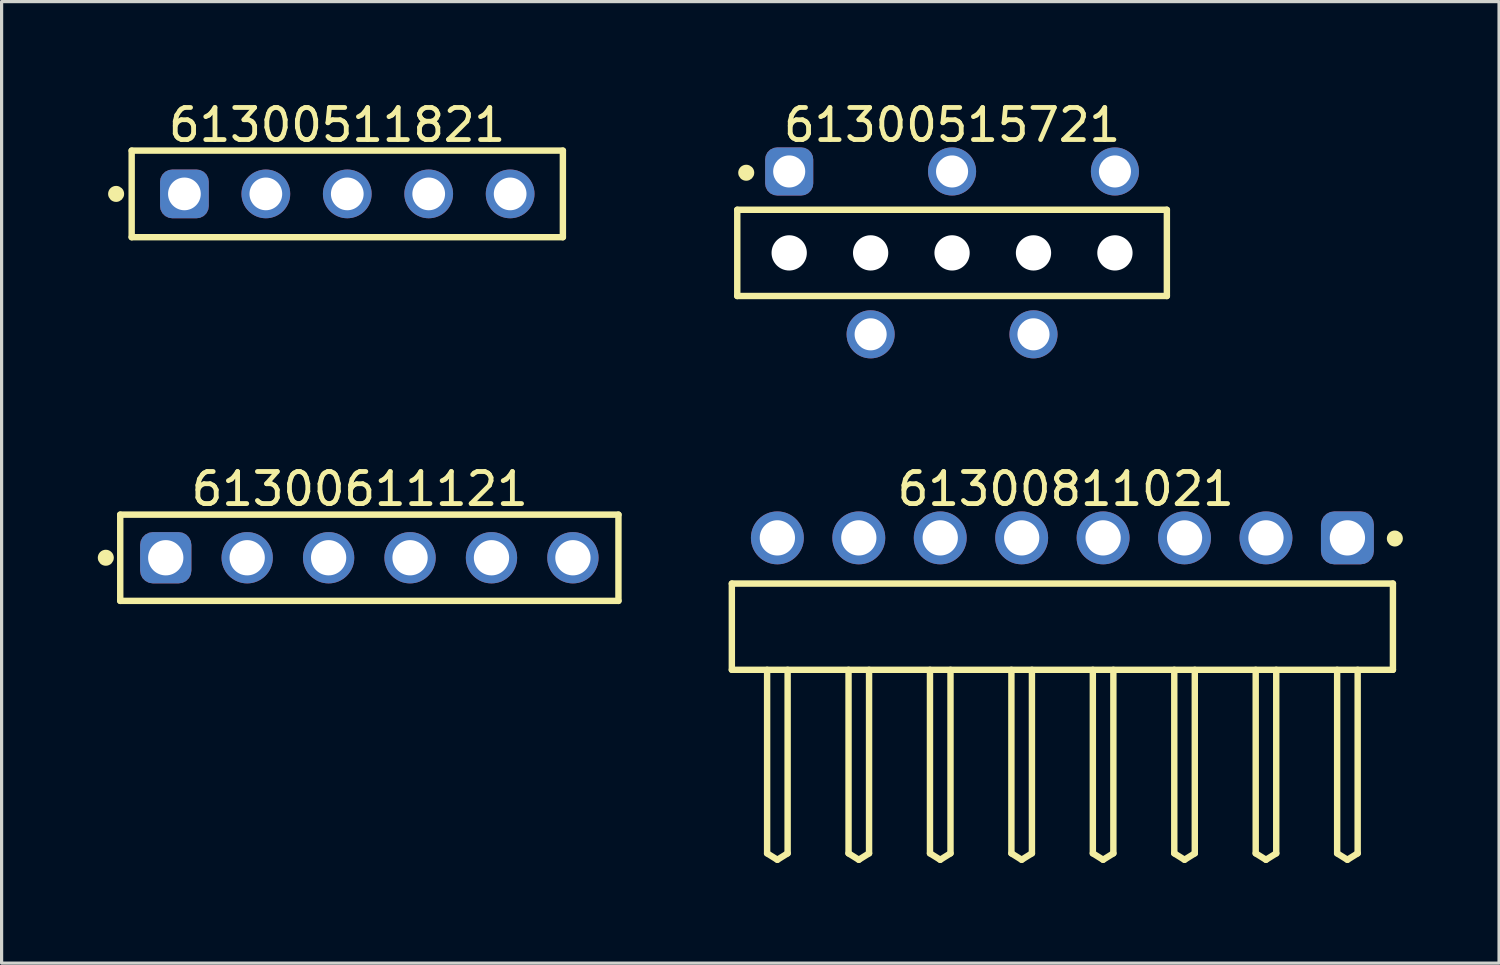
<source format=kicad_pcb>
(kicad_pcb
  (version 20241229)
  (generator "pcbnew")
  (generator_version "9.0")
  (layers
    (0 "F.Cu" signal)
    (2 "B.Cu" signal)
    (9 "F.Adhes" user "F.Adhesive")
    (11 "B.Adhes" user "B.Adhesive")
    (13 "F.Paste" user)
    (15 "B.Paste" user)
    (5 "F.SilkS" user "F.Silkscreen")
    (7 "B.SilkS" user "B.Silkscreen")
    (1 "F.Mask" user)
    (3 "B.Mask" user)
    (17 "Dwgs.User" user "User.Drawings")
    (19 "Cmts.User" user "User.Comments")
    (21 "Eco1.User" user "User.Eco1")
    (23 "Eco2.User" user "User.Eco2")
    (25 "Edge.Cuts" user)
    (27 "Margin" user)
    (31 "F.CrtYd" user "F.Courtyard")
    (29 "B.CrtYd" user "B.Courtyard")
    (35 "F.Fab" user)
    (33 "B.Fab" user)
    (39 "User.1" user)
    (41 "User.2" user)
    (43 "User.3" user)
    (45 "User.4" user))
  (footprint "61300811021"
    (layer "F.Cu")
    (at 30.087 16.497)
    (property "Reference" "61300811021" (at 0.105 -4.295 0) (layer "F.SilkS") (effects (font (size 1 1) (thickness 0.15))))
    (fp_line (start -10.31 -1.345) (end 10.31 -1.345) (stroke (width 0.2) (type solid)) (layer "F.SilkS"))
    (fp_line (start -10.31 1.345) (end -10.31 -1.345) (stroke (width 0.2) (type solid)) (layer "F.SilkS"))
    (fp_line (start -10.31 1.345) (end 10.31 1.345) (stroke (width 0.2) (type solid)) (layer "F.SilkS"))
    (fp_line (start -9.21 7.07) (end -9.21 1.345) (stroke (width 0.2) (type solid)) (layer "F.SilkS"))
    (fp_line (start -9.21 7.07) (end -8.89 7.27) (stroke (width 0.2) (type solid)) (layer "F.SilkS"))
    (fp_line (start -8.89 7.27) (end -8.57 7.07) (stroke (width 0.2) (type solid)) (layer "F.SilkS"))
    (fp_line (start -8.57 7.07) (end -8.57 1.345) (stroke (width 0.2) (type solid)) (layer "F.SilkS"))
    (fp_line (start -6.67 7.07) (end -6.67 1.345) (stroke (width 0.2) (type solid)) (layer "F.SilkS"))
    (fp_line (start -6.67 7.07) (end -6.35 7.27) (stroke (width 0.2) (type solid)) (layer "F.SilkS"))
    (fp_line (start -6.35 7.27) (end -6.03 7.07) (stroke (width 0.2) (type solid)) (layer "F.SilkS"))
    (fp_line (start -6.03 7.07) (end -6.03 1.345) (stroke (width 0.2) (type solid)) (layer "F.SilkS"))
    (fp_line (start -4.13 7.07) (end -4.13 1.345) (stroke (width 0.2) (type solid)) (layer "F.SilkS"))
    (fp_line (start -4.13 7.07) (end -3.81 7.27) (stroke (width 0.2) (type solid)) (layer "F.SilkS"))
    (fp_line (start -3.81 7.27) (end -3.49 7.07) (stroke (width 0.2) (type solid)) (layer "F.SilkS"))
    (fp_line (start -3.49 7.07) (end -3.49 1.345) (stroke (width 0.2) (type solid)) (layer "F.SilkS"))
    (fp_line (start -1.59 7.07) (end -1.59 1.345) (stroke (width 0.2) (type solid)) (layer "F.SilkS"))
    (fp_line (start -1.59 7.07) (end -1.27 7.27) (stroke (width 0.2) (type solid)) (layer "F.SilkS"))
    (fp_line (start -1.27 7.27) (end -0.95 7.07) (stroke (width 0.2) (type solid)) (layer "F.SilkS"))
    (fp_line (start -0.95 7.07) (end -0.95 1.345) (stroke (width 0.2) (type solid)) (layer "F.SilkS"))
    (fp_line (start 0.95 7.07) (end 0.95 1.345) (stroke (width 0.2) (type solid)) (layer "F.SilkS"))
    (fp_line (start 0.95 7.07) (end 1.27 7.27) (stroke (width 0.2) (type solid)) (layer "F.SilkS"))
    (fp_line (start 1.27 7.27) (end 1.59 7.07) (stroke (width 0.2) (type solid)) (layer "F.SilkS"))
    (fp_line (start 1.59 7.07) (end 1.59 1.345) (stroke (width 0.2) (type solid)) (layer "F.SilkS"))
    (fp_line (start 3.49 7.07) (end 3.49 1.345) (stroke (width 0.2) (type solid)) (layer "F.SilkS"))
    (fp_line (start 3.49 7.07) (end 3.81 7.27) (stroke (width 0.2) (type solid)) (layer "F.SilkS"))
    (fp_line (start 3.81 7.27) (end 4.13 7.07) (stroke (width 0.2) (type solid)) (layer "F.SilkS"))
    (fp_line (start 4.13 7.07) (end 4.13 1.345) (stroke (width 0.2) (type solid)) (layer "F.SilkS"))
    (fp_line (start 6.03 7.07) (end 6.03 1.345) (stroke (width 0.2) (type solid)) (layer "F.SilkS"))
    (fp_line (start 6.03 7.07) (end 6.35 7.27) (stroke (width 0.2) (type solid)) (layer "F.SilkS"))
    (fp_line (start 6.35 7.27) (end 6.67 7.07) (stroke (width 0.2) (type solid)) (layer "F.SilkS"))
    (fp_line (start 6.67 7.07) (end 6.67 1.345) (stroke (width 0.2) (type solid)) (layer "F.SilkS"))
    (fp_line (start 8.57 7.07) (end 8.57 1.345) (stroke (width 0.2) (type solid)) (layer "F.SilkS"))
    (fp_line (start 8.57 7.07) (end 8.89 7.27) (stroke (width 0.2) (type solid)) (layer "F.SilkS"))
    (fp_line (start 8.89 7.27) (end 9.21 7.07) (stroke (width 0.2) (type solid)) (layer "F.SilkS"))
    (fp_line (start 9.21 7.07) (end 9.21 1.345) (stroke (width 0.2) (type solid)) (layer "F.SilkS"))
    (fp_line (start 10.31 1.345) (end 10.31 -1.345) (stroke (width 0.2) (type solid)) (layer "F.SilkS"))
    (fp_circle (center 10.37 -2.75) (end 10.37 -2.875) (stroke (width 0.25) (type solid)) (fill no) (layer "F.SilkS"))
    (fp_line (start -10.51 -3.795) (end 10.51 -3.795) (stroke (width 0.05) (type solid)) (layer "Eco2.User"))
    (fp_line (start -10.51 7.47) (end -10.51 -3.795) (stroke (width 0.05) (type solid)) (layer "Eco2.User"))
    (fp_line (start -10.51 7.47) (end 10.51 7.47) (stroke (width 0.05) (type solid)) (layer "Eco2.User"))
    (fp_line (start -10.16 -1.27) (end 10.16 -1.27) (stroke (width 0.1) (type solid)) (layer "Eco2.User"))
    (fp_line (start -10.16 1.27) (end -10.16 -1.27) (stroke (width 0.1) (type solid)) (layer "Eco2.User"))
    (fp_line (start -10.16 1.27) (end 10.16 1.27) (stroke (width 0.1) (type solid)) (layer "Eco2.User"))
    (fp_line (start -9.21 -3.09) (end -8.57 -3.09) (stroke (width 0.1) (type solid)) (layer "Eco2.User"))
    (fp_line (start -9.21 -1.27) (end -9.21 -3.09) (stroke (width 0.1) (type solid)) (layer "Eco2.User"))
    (fp_line (start -9.21 7.07) (end -9.21 1.27) (stroke (width 0.1) (type solid)) (layer "Eco2.User"))
    (fp_line (start -9.21 7.07) (end -8.89 7.27) (stroke (width 0.1) (type solid)) (layer "Eco2.User"))
    (fp_line (start -8.89 7.27) (end -8.57 7.07) (stroke (width 0.1) (type solid)) (layer "Eco2.User"))
    (fp_line (start -8.57 -1.27) (end -8.57 -3.09) (stroke (width 0.1) (type solid)) (layer "Eco2.User"))
    (fp_line (start -8.57 7.07) (end -8.57 1.27) (stroke (width 0.1) (type solid)) (layer "Eco2.User"))
    (fp_line (start -6.67 -3.09) (end -6.03 -3.09) (stroke (width 0.1) (type solid)) (layer "Eco2.User"))
    (fp_line (start -6.67 -1.27) (end -6.67 -3.09) (stroke (width 0.1) (type solid)) (layer "Eco2.User"))
    (fp_line (start -6.67 7.07) (end -6.67 1.27) (stroke (width 0.1) (type solid)) (layer "Eco2.User"))
    (fp_line (start -6.67 7.07) (end -6.35 7.27) (stroke (width 0.1) (type solid)) (layer "Eco2.User"))
    (fp_line (start -6.35 7.27) (end -6.03 7.07) (stroke (width 0.1) (type solid)) (layer "Eco2.User"))
    (fp_line (start -6.03 -1.27) (end -6.03 -3.09) (stroke (width 0.1) (type solid)) (layer "Eco2.User"))
    (fp_line (start -6.03 7.07) (end -6.03 1.27) (stroke (width 0.1) (type solid)) (layer "Eco2.User"))
    (fp_line (start -4.13 -3.09) (end -3.49 -3.09) (stroke (width 0.1) (type solid)) (layer "Eco2.User"))
    (fp_line (start -4.13 -1.27) (end -4.13 -3.09) (stroke (width 0.1) (type solid)) (layer "Eco2.User"))
    (fp_line (start -4.13 7.07) (end -4.13 1.27) (stroke (width 0.1) (type solid)) (layer "Eco2.User"))
    (fp_line (start -4.13 7.07) (end -3.81 7.27) (stroke (width 0.1) (type solid)) (layer "Eco2.User"))
    (fp_line (start -3.81 7.27) (end -3.49 7.07) (stroke (width 0.1) (type solid)) (layer "Eco2.User"))
    (fp_line (start -3.49 -1.27) (end -3.49 -3.09) (stroke (width 0.1) (type solid)) (layer "Eco2.User"))
    (fp_line (start -3.49 7.07) (end -3.49 1.27) (stroke (width 0.1) (type solid)) (layer "Eco2.User"))
    (fp_line (start -1.59 -3.09) (end -0.95 -3.09) (stroke (width 0.1) (type solid)) (layer "Eco2.User"))
    (fp_line (start -1.59 -1.27) (end -1.59 -3.09) (stroke (width 0.1) (type solid)) (layer "Eco2.User"))
    (fp_line (start -1.59 7.07) (end -1.59 1.27) (stroke (width 0.1) (type solid)) (layer "Eco2.User"))
    (fp_line (start -1.59 7.07) (end -1.27 7.27) (stroke (width 0.1) (type solid)) (layer "Eco2.User"))
    (fp_line (start -1.27 7.27) (end -0.95 7.07) (stroke (width 0.1) (type solid)) (layer "Eco2.User"))
    (fp_line (start -0.95 -1.27) (end -0.95 -3.09) (stroke (width 0.1) (type solid)) (layer "Eco2.User"))
    (fp_line (start -0.95 7.07) (end -0.95 1.27) (stroke (width 0.1) (type solid)) (layer "Eco2.User"))
    (fp_line (start -0.5 0) (end 0.5 0) (stroke (width 0.05) (type solid)) (layer "Eco2.User"))
    (fp_line (start 0 0.5) (end 0 -0.5) (stroke (width 0.05) (type solid)) (layer "Eco2.User"))
    (fp_line (start 0.95 -3.09) (end 1.59 -3.09) (stroke (width 0.1) (type solid)) (layer "Eco2.User"))
    (fp_line (start 0.95 -1.27) (end 0.95 -3.09) (stroke (width 0.1) (type solid)) (layer "Eco2.User"))
    (fp_line (start 0.95 7.07) (end 0.95 1.27) (stroke (width 0.1) (type solid)) (layer "Eco2.User"))
    (fp_line (start 0.95 7.07) (end 1.27 7.27) (stroke (width 0.1) (type solid)) (layer "Eco2.User"))
    (fp_line (start 1.27 7.27) (end 1.59 7.07) (stroke (width 0.1) (type solid)) (layer "Eco2.User"))
    (fp_line (start 1.59 -1.27) (end 1.59 -3.09) (stroke (width 0.1) (type solid)) (layer "Eco2.User"))
    (fp_line (start 1.59 7.07) (end 1.59 1.27) (stroke (width 0.1) (type solid)) (layer "Eco2.User"))
    (fp_line (start 3.49 -3.09) (end 4.13 -3.09) (stroke (width 0.1) (type solid)) (layer "Eco2.User"))
    (fp_line (start 3.49 -1.27) (end 3.49 -3.09) (stroke (width 0.1) (type solid)) (layer "Eco2.User"))
    (fp_line (start 3.49 7.07) (end 3.49 1.27) (stroke (width 0.1) (type solid)) (layer "Eco2.User"))
    (fp_line (start 3.49 7.07) (end 3.81 7.27) (stroke (width 0.1) (type solid)) (layer "Eco2.User"))
    (fp_line (start 3.81 7.27) (end 4.13 7.07) (stroke (width 0.1) (type solid)) (layer "Eco2.User"))
    (fp_line (start 4.13 -1.27) (end 4.13 -3.09) (stroke (width 0.1) (type solid)) (layer "Eco2.User"))
    (fp_line (start 4.13 7.07) (end 4.13 1.27) (stroke (width 0.1) (type solid)) (layer "Eco2.User"))
    (fp_line (start 6.03 -3.09) (end 6.67 -3.09) (stroke (width 0.1) (type solid)) (layer "Eco2.User"))
    (fp_line (start 6.03 -1.27) (end 6.03 -3.09) (stroke (width 0.1) (type solid)) (layer "Eco2.User"))
    (fp_line (start 6.03 7.07) (end 6.03 1.27) (stroke (width 0.1) (type solid)) (layer "Eco2.User"))
    (fp_line (start 6.03 7.07) (end 6.35 7.27) (stroke (width 0.1) (type solid)) (layer "Eco2.User"))
    (fp_line (start 6.35 7.27) (end 6.67 7.07) (stroke (width 0.1) (type solid)) (layer "Eco2.User"))
    (fp_line (start 6.67 -1.27) (end 6.67 -3.09) (stroke (width 0.1) (type solid)) (layer "Eco2.User"))
    (fp_line (start 6.67 7.07) (end 6.67 1.27) (stroke (width 0.1) (type solid)) (layer "Eco2.User"))
    (fp_line (start 8.57 -3.09) (end 9.21 -3.09) (stroke (width 0.1) (type solid)) (layer "Eco2.User"))
    (fp_line (start 8.57 -1.27) (end 8.57 -3.09) (stroke (width 0.1) (type solid)) (layer "Eco2.User"))
    (fp_line (start 8.57 7.07) (end 8.57 1.27) (stroke (width 0.1) (type solid)) (layer "Eco2.User"))
    (fp_line (start 8.57 7.07) (end 8.89 7.27) (stroke (width 0.1) (type solid)) (layer "Eco2.User"))
    (fp_line (start 8.89 7.27) (end 9.21 7.07) (stroke (width 0.1) (type solid)) (layer "Eco2.User"))
    (fp_line (start 9.21 -1.27) (end 9.21 -3.09) (stroke (width 0.1) (type solid)) (layer "Eco2.User"))
    (fp_line (start 9.21 7.07) (end 9.21 1.27) (stroke (width 0.1) (type solid)) (layer "Eco2.User"))
    (fp_line (start 10.16 1.27) (end 10.16 -1.27) (stroke (width 0.1) (type solid)) (layer "Eco2.User"))
    (fp_line (start 10.51 7.47) (end 10.51 -3.795) (stroke (width 0.05) (type solid)) (layer "Eco2.User"))
    (fp_text user "${REFERENCE}" (at 0.15 -0.197 0) (unlocked yes) (layer "User.3") (effects (font (size 1.5 1.5) (thickness 0.15))))
    (pad "1" thru_hole roundrect (at 8.89 -2.77) (size 1.65 1.65) (drill 1.1) (layers "*.Cu" "*.Mask") (roundrect_rratio 0.25))
    (pad "2" thru_hole circle (at 6.35 -2.77) (size 1.65 1.65) (drill 1.1) (layers "*.Cu" "*.Mask"))
    (pad "3" thru_hole circle (at 3.81 -2.77) (size 1.65 1.65) (drill 1.1) (layers "*.Cu" "*.Mask"))
    (pad "4" thru_hole circle (at 1.27 -2.77) (size 1.65 1.65) (drill 1.1) (layers "*.Cu" "*.Mask"))
    (pad "5" thru_hole circle (at -1.27 -2.77) (size 1.65 1.65) (drill 1.1) (layers "*.Cu" "*.Mask"))
    (pad "6" thru_hole circle (at -3.81 -2.77) (size 1.65 1.65) (drill 1.1) (layers "*.Cu" "*.Mask"))
    (pad "7" thru_hole circle (at -6.35 -2.77) (size 1.65 1.65) (drill 1.1) (layers "*.Cu" "*.Mask"))
    (pad "8" thru_hole circle (at -8.89 -2.77) (size 1.65 1.65) (drill 1.1) (layers "*.Cu" "*.Mask")))
  (footprint "61300515721"
    (layer "F.Cu")
    (at 26.646 4.838)
    (property "Reference" "61300515721" (at 0 -3.99 0) (layer "F.SilkS") (effects (font (size 1 1) (thickness 0.15))))
    (fp_line (start -6.7 -1.345) (end 6.7 -1.345) (stroke (width 0.2) (type solid)) (layer "F.SilkS"))
    (fp_line (start -6.7 1.345) (end -6.7 -1.345) (stroke (width 0.2) (type solid)) (layer "F.SilkS"))
    (fp_line (start -6.7 1.345) (end 6.7 1.345) (stroke (width 0.2) (type solid)) (layer "F.SilkS"))
    (fp_line (start 6.7 1.345) (end 6.7 -1.345) (stroke (width 0.2) (type solid)) (layer "F.SilkS"))
    (fp_circle (center -6.42 -2.5) (end -6.42 -2.625) (stroke (width 0.25) (type solid)) (fill no) (layer "F.SilkS"))
    (fp_line (start -6.9 -3.49) (end 6.9 -3.49) (stroke (width 0.05) (type solid)) (layer "Eco2.User"))
    (fp_line (start -6.9 3.49) (end -6.9 -3.49) (stroke (width 0.05) (type solid)) (layer "Eco2.User"))
    (fp_line (start -6.9 3.49) (end 6.9 3.49) (stroke (width 0.05) (type solid)) (layer "Eco2.User"))
    (fp_line (start -6.6 -1.27) (end 6.6 -1.27) (stroke (width 0.1) (type solid)) (layer "Eco2.User"))
    (fp_line (start -6.6 1.27) (end -6.6 -1.27) (stroke (width 0.1) (type solid)) (layer "Eco2.User"))
    (fp_line (start -6.6 1.27) (end 6.6 1.27) (stroke (width 0.1) (type solid)) (layer "Eco2.User"))
    (fp_line (start -5.48 -2.665) (end -4.68 -2.665) (stroke (width 0.1) (type solid)) (layer "Eco2.User"))
    (fp_line (start -5.48 -1.27) (end -5.48 -2.665) (stroke (width 0.1) (type solid)) (layer "Eco2.User"))
    (fp_line (start -4.68 -1.27) (end -4.68 -2.665) (stroke (width 0.1) (type solid)) (layer "Eco2.User"))
    (fp_line (start -2.94 2.665) (end -2.94 1.27) (stroke (width 0.1) (type solid)) (layer "Eco2.User"))
    (fp_line (start -2.94 2.665) (end -2.14 2.665) (stroke (width 0.1) (type solid)) (layer "Eco2.User"))
    (fp_line (start -2.14 2.665) (end -2.14 1.27) (stroke (width 0.1) (type solid)) (layer "Eco2.User"))
    (fp_line (start -0.5 0) (end 0.5 0) (stroke (width 0.05) (type solid)) (layer "Eco2.User"))
    (fp_line (start -0.4 -2.665) (end 0.4 -2.665) (stroke (width 0.1) (type solid)) (layer "Eco2.User"))
    (fp_line (start -0.4 -1.27) (end -0.4 -2.665) (stroke (width 0.1) (type solid)) (layer "Eco2.User"))
    (fp_line (start 0 0.5) (end 0 -0.5) (stroke (width 0.05) (type solid)) (layer "Eco2.User"))
    (fp_line (start 0.4 -1.27) (end 0.4 -2.665) (stroke (width 0.1) (type solid)) (layer "Eco2.User"))
    (fp_line (start 2.14 2.665) (end 2.14 1.27) (stroke (width 0.1) (type solid)) (layer "Eco2.User"))
    (fp_line (start 2.14 2.665) (end 2.94 2.665) (stroke (width 0.1) (type solid)) (layer "Eco2.User"))
    (fp_line (start 2.94 2.665) (end 2.94 1.27) (stroke (width 0.1) (type solid)) (layer "Eco2.User"))
    (fp_line (start 4.68 -2.665) (end 5.48 -2.665) (stroke (width 0.1) (type solid)) (layer "Eco2.User"))
    (fp_line (start 4.68 -1.27) (end 4.68 -2.665) (stroke (width 0.1) (type solid)) (layer "Eco2.User"))
    (fp_line (start 5.48 -1.27) (end 5.48 -2.665) (stroke (width 0.1) (type solid)) (layer "Eco2.User"))
    (fp_line (start 6.6 1.27) (end 6.6 -1.27) (stroke (width 0.1) (type solid)) (layer "Eco2.User"))
    (fp_line (start 6.9 3.49) (end 6.9 -3.49) (stroke (width 0.05) (type solid)) (layer "Eco2.User"))
    (fp_text user "${REFERENCE}" (at 0.15 -0.197 0) (unlocked yes) (layer "User.3") (effects (font (size 1.5 1.5) (thickness 0.15))))
    (pad "" np_thru_hole circle (at -5.08 0 180) (size 1.1 1.1) (drill 1.1) (layers "*.Cu" "*.Mask"))
    (pad "" np_thru_hole circle (at -2.54 0 180) (size 1.1 1.1) (drill 1.1) (layers "*.Cu" "*.Mask"))
    (pad "" np_thru_hole circle (at 0 0 180) (size 1.1 1.1) (drill 1.1) (layers "*.Cu" "*.Mask"))
    (pad "" np_thru_hole circle (at 2.54 0 180) (size 1.1 1.1) (drill 1.1) (layers "*.Cu" "*.Mask"))
    (pad "" np_thru_hole circle (at 5.08 0 180) (size 1.1 1.1) (drill 1.1) (layers "*.Cu" "*.Mask"))
    (pad "1" thru_hole roundrect (at -5.08 -2.54 180) (size 1.5 1.5) (drill 1) (layers "*.Cu" "*.Mask") (roundrect_rratio 0.25))
    (pad "2" thru_hole circle (at -2.54 2.54 180) (size 1.5 1.5) (drill 1) (layers "*.Cu" "*.Mask"))
    (pad "3" thru_hole circle (at 0 -2.54 180) (size 1.5 1.5) (drill 1) (layers "*.Cu" "*.Mask"))
    (pad "4" thru_hole circle (at 2.54 2.54 180) (size 1.5 1.5) (drill 1) (layers "*.Cu" "*.Mask"))
    (pad "5" thru_hole circle (at 5.08 -2.54 180) (size 1.5 1.5) (drill 1) (layers "*.Cu" "*.Mask")))
  (footprint "61300511821"
    (layer "F.Cu")
    (at 7.782 2.998)
    (property "Reference" "61300511821" (at -0.318 -2.15 0) (layer "F.SilkS") (effects (font (size 1 1) (thickness 0.15))))
    (fp_line (start -6.725 -1.35) (end 6.725 -1.35) (stroke (width 0.2) (type solid)) (layer "F.SilkS"))
    (fp_line (start -6.725 1.35) (end -6.725 -1.35) (stroke (width 0.2) (type solid)) (layer "F.SilkS"))
    (fp_line (start -6.725 1.35) (end 6.725 1.35) (stroke (width 0.2) (type solid)) (layer "F.SilkS"))
    (fp_line (start 6.725 1.35) (end 6.725 -1.35) (stroke (width 0.2) (type solid)) (layer "F.SilkS"))
    (fp_circle (center -7.21 0) (end -7.21 -0.125) (stroke (width 0.25) (type solid)) (fill no) (layer "F.SilkS"))
    (fp_line (start -6.925 -1.55) (end 6.925 -1.55) (stroke (width 0.05) (type solid)) (layer "Eco2.User"))
    (fp_line (start -6.925 1.55) (end -6.925 -1.55) (stroke (width 0.05) (type solid)) (layer "Eco2.User"))
    (fp_line (start -6.925 1.55) (end 6.925 1.55) (stroke (width 0.05) (type solid)) (layer "Eco2.User"))
    (fp_line (start -6.6 -1.25) (end 6.6 -1.25) (stroke (width 0.1) (type solid)) (layer "Eco2.User"))
    (fp_line (start -6.6 1.25) (end -6.6 -1.25) (stroke (width 0.1) (type solid)) (layer "Eco2.User"))
    (fp_line (start -6.6 1.25) (end 6.6 1.25) (stroke (width 0.1) (type solid)) (layer "Eco2.User"))
    (fp_line (start -0.5 0) (end 0.5 0) (stroke (width 0.05) (type solid)) (layer "Eco2.User"))
    (fp_line (start 0 0.5) (end 0 -0.5) (stroke (width 0.05) (type solid)) (layer "Eco2.User"))
    (fp_line (start 6.6 1.25) (end 6.6 -1.25) (stroke (width 0.1) (type solid)) (layer "Eco2.User"))
    (fp_line (start 6.925 1.55) (end 6.925 -1.55) (stroke (width 0.05) (type solid)) (layer "Eco2.User"))
    (fp_text user "${REFERENCE}" (at 0.15 -0.197 0) (unlocked yes) (layer "User.3") (effects (font (size 1.5 1.5) (thickness 0.15))))
    (pad "1" thru_hole roundrect (at -5.08 0) (size 1.52 1.52) (drill 1.02) (layers "*.Cu" "*.Mask") (roundrect_rratio 0.25))
    (pad "2" thru_hole circle (at -2.54 0) (size 1.52 1.52) (drill 1.02) (layers "*.Cu" "*.Mask"))
    (pad "3" thru_hole circle (at 0 0) (size 1.52 1.52) (drill 1.02) (layers "*.Cu" "*.Mask"))
    (pad "4" thru_hole circle (at 2.54 0) (size 1.52 1.52) (drill 1.02) (layers "*.Cu" "*.Mask"))
    (pad "5" thru_hole circle (at 5.08 0) (size 1.52 1.52) (drill 1.02) (layers "*.Cu" "*.Mask")))
  (footprint "61300611121"
    (layer "F.Cu")
    (at 8.47 14.347)
    (property "Reference" "61300611121" (at -0.3 -2.145 0) (layer "F.SilkS") (effects (font (size 1 1) (thickness 0.15))))
    (fp_line (start -7.77 -1.345) (end 7.77 -1.345) (stroke (width 0.2) (type solid)) (layer "F.SilkS"))
    (fp_line (start -7.77 1.345) (end -7.77 -1.345) (stroke (width 0.2) (type solid)) (layer "F.SilkS"))
    (fp_line (start -7.77 1.345) (end 7.77 1.345) (stroke (width 0.2) (type solid)) (layer "F.SilkS"))
    (fp_line (start 7.77 1.345) (end 7.77 -1.345) (stroke (width 0.2) (type solid)) (layer "F.SilkS"))
    (fp_circle (center -8.22 0) (end -8.22 -0.125) (stroke (width 0.25) (type solid)) (fill no) (layer "F.SilkS"))
    (fp_line (start -7.97 -1.545) (end 7.97 -1.545) (stroke (width 0.05) (type solid)) (layer "Eco2.User"))
    (fp_line (start -7.97 1.545) (end -7.97 -1.545) (stroke (width 0.05) (type solid)) (layer "Eco2.User"))
    (fp_line (start -7.97 1.545) (end 7.97 1.545) (stroke (width 0.05) (type solid)) (layer "Eco2.User"))
    (fp_line (start -7.62 -1.27) (end 7.62 -1.27) (stroke (width 0.1) (type solid)) (layer "Eco2.User"))
    (fp_line (start -7.62 1.27) (end -7.62 -1.27) (stroke (width 0.1) (type solid)) (layer "Eco2.User"))
    (fp_line (start -7.62 1.27) (end 7.62 1.27) (stroke (width 0.1) (type solid)) (layer "Eco2.User"))
    (fp_line (start -0.5 0) (end 0.5 0) (stroke (width 0.05) (type solid)) (layer "Eco2.User"))
    (fp_line (start 0 0.5) (end 0 -0.5) (stroke (width 0.05) (type solid)) (layer "Eco2.User"))
    (fp_line (start 7.62 1.27) (end 7.62 -1.27) (stroke (width 0.1) (type solid)) (layer "Eco2.User"))
    (fp_line (start 7.97 1.545) (end 7.97 -1.545) (stroke (width 0.05) (type solid)) (layer "Eco2.User"))
    (fp_text user "${REFERENCE}" (at 0.15 -0.197 0) (unlocked yes) (layer "User.3") (effects (font (size 1.5 1.5) (thickness 0.15))))
    (pad "1" thru_hole roundrect (at -6.35 0) (size 1.6 1.6) (drill 1.1) (layers "*.Cu" "*.Mask") (roundrect_rratio 0.25))
    (pad "2" thru_hole circle (at -3.81 0) (size 1.6 1.6) (drill 1.1) (layers "*.Cu" "*.Mask"))
    (pad "3" thru_hole circle (at -1.27 0) (size 1.6 1.6) (drill 1.1) (layers "*.Cu" "*.Mask"))
    (pad "4" thru_hole circle (at 1.27 0) (size 1.6 1.6) (drill 1.1) (layers "*.Cu" "*.Mask"))
    (pad "5" thru_hole circle (at 3.81 0) (size 1.6 1.6) (drill 1.1) (layers "*.Cu" "*.Mask"))
    (pad "6" thru_hole circle (at 6.35 0) (size 1.6 1.6) (drill 1.1) (layers "*.Cu" "*.Mask")))
  (gr_rect
    (start -3 -3)
    (end 43.707 26.991)
    (stroke (width 0.1) (type default))
    (fill no)
    (layer "Edge.Cuts")))
</source>
